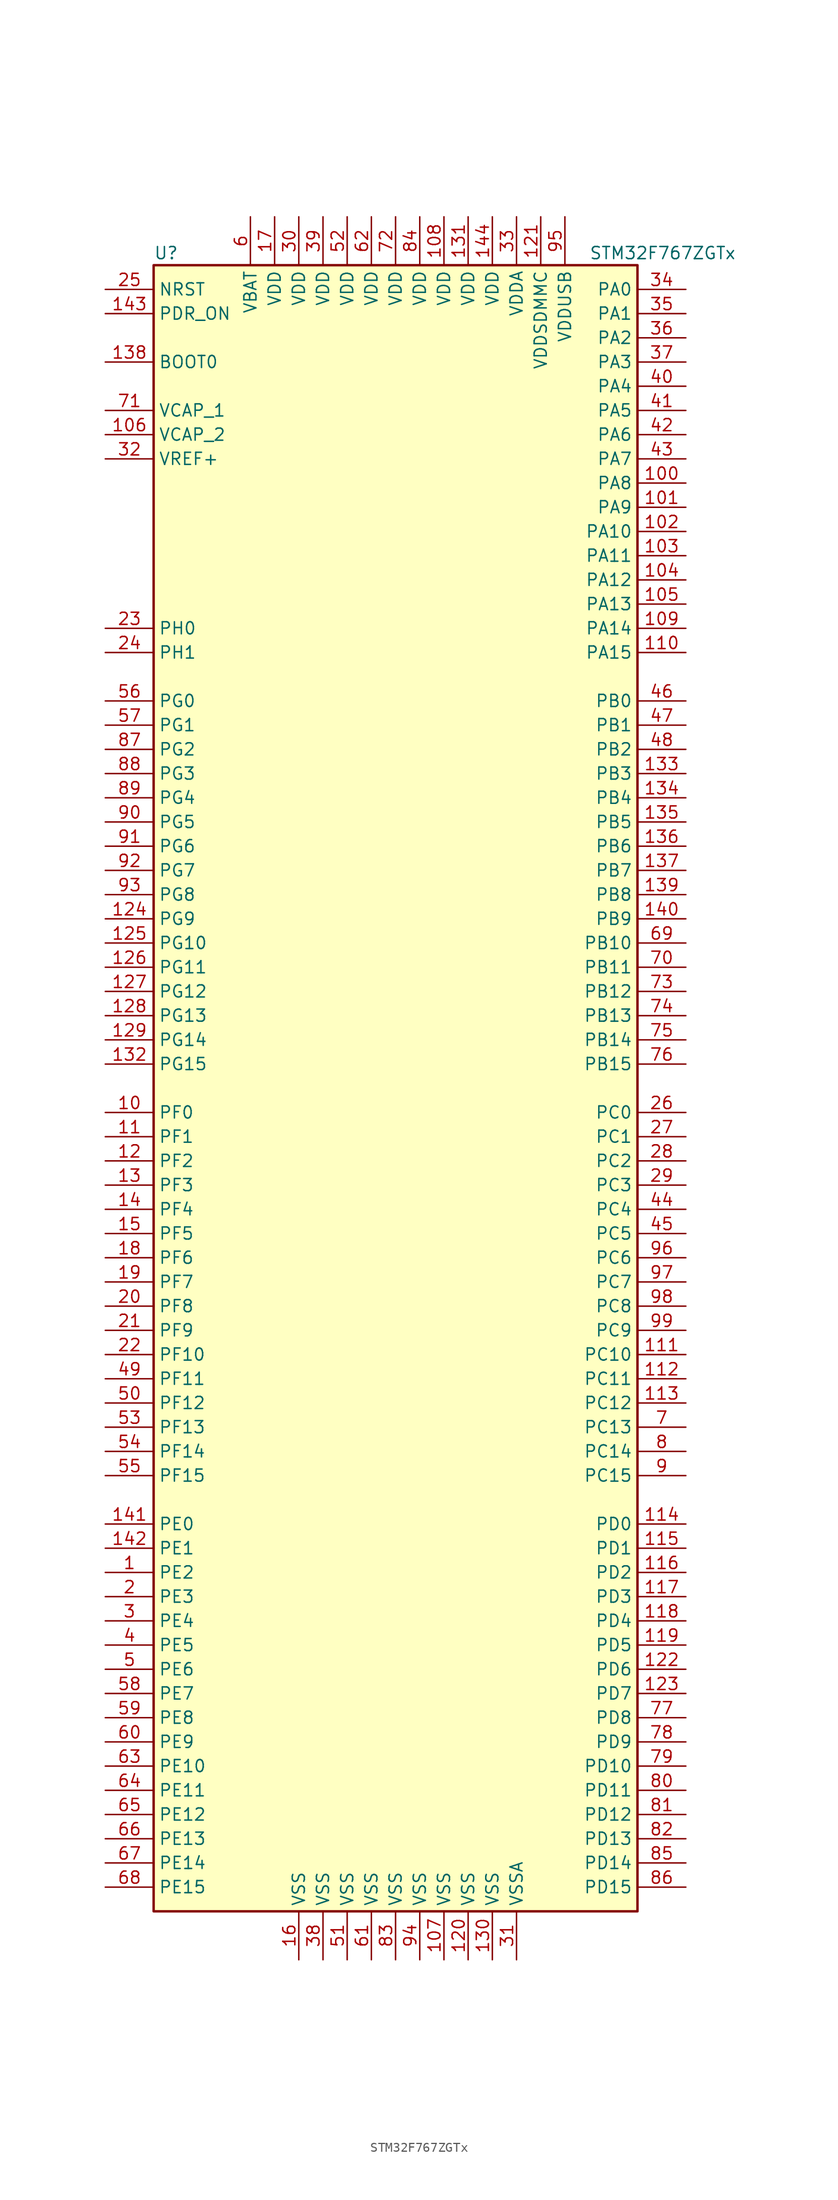
<source format=kicad_sym>
(kicad_symbol_lib
  (version 20201005)
  (generator kicad_symbol_editor)
  (symbol "MCU_ST_STM32F7:STM32F767ZGTx"
    (property "Reference" "U"
      (at -25.4 87.63 0)
      (effects (font (size 1.27 1.27)) (justify left)))
    (property "Value" "STM32F767ZGTx"
      (at 20.32 87.63 0)
      (effects (font (size 1.27 1.27)) (justify left)))
    (symbol "STM32F767ZGTx_0_1"
      (rectangle (start -25.4 -86.36) (end 25.4 86.36) (stroke (width 0.254)) (fill (type background))))
    (symbol "STM32F767ZGTx_1_1"
      (pin input line (at -30.48 76.2 0) (length 5.08) (name "BOOT0" (effects (font (size 1.27 1.27)))) (number "138" (effects (font (size 1.27 1.27)))))
      (pin input line (at -30.48 83.82 0) (length 5.08) (name "NRST" (effects (font (size 1.27 1.27)))) (number "25" (effects (font (size 1.27 1.27)))))
      (pin bidirectional line (at 30.48 83.82 180) (length 5.08) (name "PA0" (effects (font (size 1.27 1.27)))) (number "34" (effects (font (size 1.27 1.27)))))
      (pin bidirectional line (at 30.48 81.28 180) (length 5.08) (name "PA1" (effects (font (size 1.27 1.27)))) (number "35" (effects (font (size 1.27 1.27)))))
      (pin bidirectional line (at 30.48 58.42 180) (length 5.08) (name "PA10" (effects (font (size 1.27 1.27)))) (number "102" (effects (font (size 1.27 1.27)))))
      (pin bidirectional line (at 30.48 55.88 180) (length 5.08) (name "PA11" (effects (font (size 1.27 1.27)))) (number "103" (effects (font (size 1.27 1.27)))))
      (pin bidirectional line (at 30.48 53.34 180) (length 5.08) (name "PA12" (effects (font (size 1.27 1.27)))) (number "104" (effects (font (size 1.27 1.27)))))
      (pin bidirectional line (at 30.48 50.8 180) (length 5.08) (name "PA13" (effects (font (size 1.27 1.27)))) (number "105" (effects (font (size 1.27 1.27)))))
      (pin bidirectional line (at 30.48 48.26 180) (length 5.08) (name "PA14" (effects (font (size 1.27 1.27)))) (number "109" (effects (font (size 1.27 1.27)))))
      (pin bidirectional line (at 30.48 45.72 180) (length 5.08) (name "PA15" (effects (font (size 1.27 1.27)))) (number "110" (effects (font (size 1.27 1.27)))))
      (pin bidirectional line (at 30.48 78.74 180) (length 5.08) (name "PA2" (effects (font (size 1.27 1.27)))) (number "36" (effects (font (size 1.27 1.27)))))
      (pin bidirectional line (at 30.48 76.2 180) (length 5.08) (name "PA3" (effects (font (size 1.27 1.27)))) (number "37" (effects (font (size 1.27 1.27)))))
      (pin bidirectional line (at 30.48 73.66 180) (length 5.08) (name "PA4" (effects (font (size 1.27 1.27)))) (number "40" (effects (font (size 1.27 1.27)))))
      (pin bidirectional line (at 30.48 71.12 180) (length 5.08) (name "PA5" (effects (font (size 1.27 1.27)))) (number "41" (effects (font (size 1.27 1.27)))))
      (pin bidirectional line (at 30.48 68.58 180) (length 5.08) (name "PA6" (effects (font (size 1.27 1.27)))) (number "42" (effects (font (size 1.27 1.27)))))
      (pin bidirectional line (at 30.48 66.04 180) (length 5.08) (name "PA7" (effects (font (size 1.27 1.27)))) (number "43" (effects (font (size 1.27 1.27)))))
      (pin bidirectional line (at 30.48 63.5 180) (length 5.08) (name "PA8" (effects (font (size 1.27 1.27)))) (number "100" (effects (font (size 1.27 1.27)))))
      (pin bidirectional line (at 30.48 60.96 180) (length 5.08) (name "PA9" (effects (font (size 1.27 1.27)))) (number "101" (effects (font (size 1.27 1.27)))))
      (pin bidirectional line (at 30.48 40.64 180) (length 5.08) (name "PB0" (effects (font (size 1.27 1.27)))) (number "46" (effects (font (size 1.27 1.27)))))
      (pin bidirectional line (at 30.48 38.1 180) (length 5.08) (name "PB1" (effects (font (size 1.27 1.27)))) (number "47" (effects (font (size 1.27 1.27)))))
      (pin bidirectional line (at 30.48 15.24 180) (length 5.08) (name "PB10" (effects (font (size 1.27 1.27)))) (number "69" (effects (font (size 1.27 1.27)))))
      (pin bidirectional line (at 30.48 12.7 180) (length 5.08) (name "PB11" (effects (font (size 1.27 1.27)))) (number "70" (effects (font (size 1.27 1.27)))))
      (pin bidirectional line (at 30.48 10.16 180) (length 5.08) (name "PB12" (effects (font (size 1.27 1.27)))) (number "73" (effects (font (size 1.27 1.27)))))
      (pin bidirectional line (at 30.48 7.62 180) (length 5.08) (name "PB13" (effects (font (size 1.27 1.27)))) (number "74" (effects (font (size 1.27 1.27)))))
      (pin bidirectional line (at 30.48 5.08 180) (length 5.08) (name "PB14" (effects (font (size 1.27 1.27)))) (number "75" (effects (font (size 1.27 1.27)))))
      (pin bidirectional line (at 30.48 2.54 180) (length 5.08) (name "PB15" (effects (font (size 1.27 1.27)))) (number "76" (effects (font (size 1.27 1.27)))))
      (pin bidirectional line (at 30.48 35.56 180) (length 5.08) (name "PB2" (effects (font (size 1.27 1.27)))) (number "48" (effects (font (size 1.27 1.27)))))
      (pin bidirectional line (at 30.48 33.02 180) (length 5.08) (name "PB3" (effects (font (size 1.27 1.27)))) (number "133" (effects (font (size 1.27 1.27)))))
      (pin bidirectional line (at 30.48 30.48 180) (length 5.08) (name "PB4" (effects (font (size 1.27 1.27)))) (number "134" (effects (font (size 1.27 1.27)))))
      (pin bidirectional line (at 30.48 27.94 180) (length 5.08) (name "PB5" (effects (font (size 1.27 1.27)))) (number "135" (effects (font (size 1.27 1.27)))))
      (pin bidirectional line (at 30.48 25.4 180) (length 5.08) (name "PB6" (effects (font (size 1.27 1.27)))) (number "136" (effects (font (size 1.27 1.27)))))
      (pin bidirectional line (at 30.48 22.86 180) (length 5.08) (name "PB7" (effects (font (size 1.27 1.27)))) (number "137" (effects (font (size 1.27 1.27)))))
      (pin bidirectional line (at 30.48 20.32 180) (length 5.08) (name "PB8" (effects (font (size 1.27 1.27)))) (number "139" (effects (font (size 1.27 1.27)))))
      (pin bidirectional line (at 30.48 17.78 180) (length 5.08) (name "PB9" (effects (font (size 1.27 1.27)))) (number "140" (effects (font (size 1.27 1.27)))))
      (pin bidirectional line (at 30.48 -2.54 180) (length 5.08) (name "PC0" (effects (font (size 1.27 1.27)))) (number "26" (effects (font (size 1.27 1.27)))))
      (pin bidirectional line (at 30.48 -5.08 180) (length 5.08) (name "PC1" (effects (font (size 1.27 1.27)))) (number "27" (effects (font (size 1.27 1.27)))))
      (pin bidirectional line (at 30.48 -27.94 180) (length 5.08) (name "PC10" (effects (font (size 1.27 1.27)))) (number "111" (effects (font (size 1.27 1.27)))))
      (pin bidirectional line (at 30.48 -30.48 180) (length 5.08) (name "PC11" (effects (font (size 1.27 1.27)))) (number "112" (effects (font (size 1.27 1.27)))))
      (pin bidirectional line (at 30.48 -33.02 180) (length 5.08) (name "PC12" (effects (font (size 1.27 1.27)))) (number "113" (effects (font (size 1.27 1.27)))))
      (pin bidirectional line (at 30.48 -35.56 180) (length 5.08) (name "PC13" (effects (font (size 1.27 1.27)))) (number "7" (effects (font (size 1.27 1.27)))))
      (pin bidirectional line (at 30.48 -38.1 180) (length 5.08) (name "PC14" (effects (font (size 1.27 1.27)))) (number "8" (effects (font (size 1.27 1.27)))))
      (pin bidirectional line (at 30.48 -40.64 180) (length 5.08) (name "PC15" (effects (font (size 1.27 1.27)))) (number "9" (effects (font (size 1.27 1.27)))))
      (pin bidirectional line (at 30.48 -7.62 180) (length 5.08) (name "PC2" (effects (font (size 1.27 1.27)))) (number "28" (effects (font (size 1.27 1.27)))))
      (pin bidirectional line (at 30.48 -10.16 180) (length 5.08) (name "PC3" (effects (font (size 1.27 1.27)))) (number "29" (effects (font (size 1.27 1.27)))))
      (pin bidirectional line (at 30.48 -12.7 180) (length 5.08) (name "PC4" (effects (font (size 1.27 1.27)))) (number "44" (effects (font (size 1.27 1.27)))))
      (pin bidirectional line (at 30.48 -15.24 180) (length 5.08) (name "PC5" (effects (font (size 1.27 1.27)))) (number "45" (effects (font (size 1.27 1.27)))))
      (pin bidirectional line (at 30.48 -17.78 180) (length 5.08) (name "PC6" (effects (font (size 1.27 1.27)))) (number "96" (effects (font (size 1.27 1.27)))))
      (pin bidirectional line (at 30.48 -20.32 180) (length 5.08) (name "PC7" (effects (font (size 1.27 1.27)))) (number "97" (effects (font (size 1.27 1.27)))))
      (pin bidirectional line (at 30.48 -22.86 180) (length 5.08) (name "PC8" (effects (font (size 1.27 1.27)))) (number "98" (effects (font (size 1.27 1.27)))))
      (pin bidirectional line (at 30.48 -25.4 180) (length 5.08) (name "PC9" (effects (font (size 1.27 1.27)))) (number "99" (effects (font (size 1.27 1.27)))))
      (pin bidirectional line (at 30.48 -45.72 180) (length 5.08) (name "PD0" (effects (font (size 1.27 1.27)))) (number "114" (effects (font (size 1.27 1.27)))))
      (pin bidirectional line (at 30.48 -48.26 180) (length 5.08) (name "PD1" (effects (font (size 1.27 1.27)))) (number "115" (effects (font (size 1.27 1.27)))))
      (pin bidirectional line (at 30.48 -71.12 180) (length 5.08) (name "PD10" (effects (font (size 1.27 1.27)))) (number "79" (effects (font (size 1.27 1.27)))))
      (pin bidirectional line (at 30.48 -73.66 180) (length 5.08) (name "PD11" (effects (font (size 1.27 1.27)))) (number "80" (effects (font (size 1.27 1.27)))))
      (pin bidirectional line (at 30.48 -76.2 180) (length 5.08) (name "PD12" (effects (font (size 1.27 1.27)))) (number "81" (effects (font (size 1.27 1.27)))))
      (pin bidirectional line (at 30.48 -78.74 180) (length 5.08) (name "PD13" (effects (font (size 1.27 1.27)))) (number "82" (effects (font (size 1.27 1.27)))))
      (pin bidirectional line (at 30.48 -81.28 180) (length 5.08) (name "PD14" (effects (font (size 1.27 1.27)))) (number "85" (effects (font (size 1.27 1.27)))))
      (pin bidirectional line (at 30.48 -83.82 180) (length 5.08) (name "PD15" (effects (font (size 1.27 1.27)))) (number "86" (effects (font (size 1.27 1.27)))))
      (pin bidirectional line (at 30.48 -50.8 180) (length 5.08) (name "PD2" (effects (font (size 1.27 1.27)))) (number "116" (effects (font (size 1.27 1.27)))))
      (pin bidirectional line (at 30.48 -53.34 180) (length 5.08) (name "PD3" (effects (font (size 1.27 1.27)))) (number "117" (effects (font (size 1.27 1.27)))))
      (pin bidirectional line (at 30.48 -55.88 180) (length 5.08) (name "PD4" (effects (font (size 1.27 1.27)))) (number "118" (effects (font (size 1.27 1.27)))))
      (pin bidirectional line (at 30.48 -58.42 180) (length 5.08) (name "PD5" (effects (font (size 1.27 1.27)))) (number "119" (effects (font (size 1.27 1.27)))))
      (pin bidirectional line (at 30.48 -60.96 180) (length 5.08) (name "PD6" (effects (font (size 1.27 1.27)))) (number "122" (effects (font (size 1.27 1.27)))))
      (pin bidirectional line (at 30.48 -63.5 180) (length 5.08) (name "PD7" (effects (font (size 1.27 1.27)))) (number "123" (effects (font (size 1.27 1.27)))))
      (pin bidirectional line (at 30.48 -66.04 180) (length 5.08) (name "PD8" (effects (font (size 1.27 1.27)))) (number "77" (effects (font (size 1.27 1.27)))))
      (pin bidirectional line (at 30.48 -68.58 180) (length 5.08) (name "PD9" (effects (font (size 1.27 1.27)))) (number "78" (effects (font (size 1.27 1.27)))))
      (pin input line (at -30.48 81.28 0) (length 5.08) (name "PDR_ON" (effects (font (size 1.27 1.27)))) (number "143" (effects (font (size 1.27 1.27)))))
      (pin bidirectional line (at -30.48 -45.72 0) (length 5.08) (name "PE0" (effects (font (size 1.27 1.27)))) (number "141" (effects (font (size 1.27 1.27)))))
      (pin bidirectional line (at -30.48 -48.26 0) (length 5.08) (name "PE1" (effects (font (size 1.27 1.27)))) (number "142" (effects (font (size 1.27 1.27)))))
      (pin bidirectional line (at -30.48 -71.12 0) (length 5.08) (name "PE10" (effects (font (size 1.27 1.27)))) (number "63" (effects (font (size 1.27 1.27)))))
      (pin bidirectional line (at -30.48 -73.66 0) (length 5.08) (name "PE11" (effects (font (size 1.27 1.27)))) (number "64" (effects (font (size 1.27 1.27)))))
      (pin bidirectional line (at -30.48 -76.2 0) (length 5.08) (name "PE12" (effects (font (size 1.27 1.27)))) (number "65" (effects (font (size 1.27 1.27)))))
      (pin bidirectional line (at -30.48 -78.74 0) (length 5.08) (name "PE13" (effects (font (size 1.27 1.27)))) (number "66" (effects (font (size 1.27 1.27)))))
      (pin bidirectional line (at -30.48 -81.28 0) (length 5.08) (name "PE14" (effects (font (size 1.27 1.27)))) (number "67" (effects (font (size 1.27 1.27)))))
      (pin bidirectional line (at -30.48 -83.82 0) (length 5.08) (name "PE15" (effects (font (size 1.27 1.27)))) (number "68" (effects (font (size 1.27 1.27)))))
      (pin bidirectional line (at -30.48 -50.8 0) (length 5.08) (name "PE2" (effects (font (size 1.27 1.27)))) (number "1" (effects (font (size 1.27 1.27)))))
      (pin bidirectional line (at -30.48 -53.34 0) (length 5.08) (name "PE3" (effects (font (size 1.27 1.27)))) (number "2" (effects (font (size 1.27 1.27)))))
      (pin bidirectional line (at -30.48 -55.88 0) (length 5.08) (name "PE4" (effects (font (size 1.27 1.27)))) (number "3" (effects (font (size 1.27 1.27)))))
      (pin bidirectional line (at -30.48 -58.42 0) (length 5.08) (name "PE5" (effects (font (size 1.27 1.27)))) (number "4" (effects (font (size 1.27 1.27)))))
      (pin bidirectional line (at -30.48 -60.96 0) (length 5.08) (name "PE6" (effects (font (size 1.27 1.27)))) (number "5" (effects (font (size 1.27 1.27)))))
      (pin bidirectional line (at -30.48 -63.5 0) (length 5.08) (name "PE7" (effects (font (size 1.27 1.27)))) (number "58" (effects (font (size 1.27 1.27)))))
      (pin bidirectional line (at -30.48 -66.04 0) (length 5.08) (name "PE8" (effects (font (size 1.27 1.27)))) (number "59" (effects (font (size 1.27 1.27)))))
      (pin bidirectional line (at -30.48 -68.58 0) (length 5.08) (name "PE9" (effects (font (size 1.27 1.27)))) (number "60" (effects (font (size 1.27 1.27)))))
      (pin bidirectional line (at -30.48 -2.54 0) (length 5.08) (name "PF0" (effects (font (size 1.27 1.27)))) (number "10" (effects (font (size 1.27 1.27)))))
      (pin bidirectional line (at -30.48 -5.08 0) (length 5.08) (name "PF1" (effects (font (size 1.27 1.27)))) (number "11" (effects (font (size 1.27 1.27)))))
      (pin bidirectional line (at -30.48 -27.94 0) (length 5.08) (name "PF10" (effects (font (size 1.27 1.27)))) (number "22" (effects (font (size 1.27 1.27)))))
      (pin bidirectional line (at -30.48 -30.48 0) (length 5.08) (name "PF11" (effects (font (size 1.27 1.27)))) (number "49" (effects (font (size 1.27 1.27)))))
      (pin bidirectional line (at -30.48 -33.02 0) (length 5.08) (name "PF12" (effects (font (size 1.27 1.27)))) (number "50" (effects (font (size 1.27 1.27)))))
      (pin bidirectional line (at -30.48 -35.56 0) (length 5.08) (name "PF13" (effects (font (size 1.27 1.27)))) (number "53" (effects (font (size 1.27 1.27)))))
      (pin bidirectional line (at -30.48 -38.1 0) (length 5.08) (name "PF14" (effects (font (size 1.27 1.27)))) (number "54" (effects (font (size 1.27 1.27)))))
      (pin bidirectional line (at -30.48 -40.64 0) (length 5.08) (name "PF15" (effects (font (size 1.27 1.27)))) (number "55" (effects (font (size 1.27 1.27)))))
      (pin bidirectional line (at -30.48 -7.62 0) (length 5.08) (name "PF2" (effects (font (size 1.27 1.27)))) (number "12" (effects (font (size 1.27 1.27)))))
      (pin bidirectional line (at -30.48 -10.16 0) (length 5.08) (name "PF3" (effects (font (size 1.27 1.27)))) (number "13" (effects (font (size 1.27 1.27)))))
      (pin bidirectional line (at -30.48 -12.7 0) (length 5.08) (name "PF4" (effects (font (size 1.27 1.27)))) (number "14" (effects (font (size 1.27 1.27)))))
      (pin bidirectional line (at -30.48 -15.24 0) (length 5.08) (name "PF5" (effects (font (size 1.27 1.27)))) (number "15" (effects (font (size 1.27 1.27)))))
      (pin bidirectional line (at -30.48 -17.78 0) (length 5.08) (name "PF6" (effects (font (size 1.27 1.27)))) (number "18" (effects (font (size 1.27 1.27)))))
      (pin bidirectional line (at -30.48 -20.32 0) (length 5.08) (name "PF7" (effects (font (size 1.27 1.27)))) (number "19" (effects (font (size 1.27 1.27)))))
      (pin bidirectional line (at -30.48 -22.86 0) (length 5.08) (name "PF8" (effects (font (size 1.27 1.27)))) (number "20" (effects (font (size 1.27 1.27)))))
      (pin bidirectional line (at -30.48 -25.4 0) (length 5.08) (name "PF9" (effects (font (size 1.27 1.27)))) (number "21" (effects (font (size 1.27 1.27)))))
      (pin bidirectional line (at -30.48 40.64 0) (length 5.08) (name "PG0" (effects (font (size 1.27 1.27)))) (number "56" (effects (font (size 1.27 1.27)))))
      (pin bidirectional line (at -30.48 38.1 0) (length 5.08) (name "PG1" (effects (font (size 1.27 1.27)))) (number "57" (effects (font (size 1.27 1.27)))))
      (pin bidirectional line (at -30.48 15.24 0) (length 5.08) (name "PG10" (effects (font (size 1.27 1.27)))) (number "125" (effects (font (size 1.27 1.27)))))
      (pin bidirectional line (at -30.48 12.7 0) (length 5.08) (name "PG11" (effects (font (size 1.27 1.27)))) (number "126" (effects (font (size 1.27 1.27)))))
      (pin bidirectional line (at -30.48 10.16 0) (length 5.08) (name "PG12" (effects (font (size 1.27 1.27)))) (number "127" (effects (font (size 1.27 1.27)))))
      (pin bidirectional line (at -30.48 7.62 0) (length 5.08) (name "PG13" (effects (font (size 1.27 1.27)))) (number "128" (effects (font (size 1.27 1.27)))))
      (pin bidirectional line (at -30.48 5.08 0) (length 5.08) (name "PG14" (effects (font (size 1.27 1.27)))) (number "129" (effects (font (size 1.27 1.27)))))
      (pin bidirectional line (at -30.48 2.54 0) (length 5.08) (name "PG15" (effects (font (size 1.27 1.27)))) (number "132" (effects (font (size 1.27 1.27)))))
      (pin bidirectional line (at -30.48 35.56 0) (length 5.08) (name "PG2" (effects (font (size 1.27 1.27)))) (number "87" (effects (font (size 1.27 1.27)))))
      (pin bidirectional line (at -30.48 33.02 0) (length 5.08) (name "PG3" (effects (font (size 1.27 1.27)))) (number "88" (effects (font (size 1.27 1.27)))))
      (pin bidirectional line (at -30.48 30.48 0) (length 5.08) (name "PG4" (effects (font (size 1.27 1.27)))) (number "89" (effects (font (size 1.27 1.27)))))
      (pin bidirectional line (at -30.48 27.94 0) (length 5.08) (name "PG5" (effects (font (size 1.27 1.27)))) (number "90" (effects (font (size 1.27 1.27)))))
      (pin bidirectional line (at -30.48 25.4 0) (length 5.08) (name "PG6" (effects (font (size 1.27 1.27)))) (number "91" (effects (font (size 1.27 1.27)))))
      (pin bidirectional line (at -30.48 22.86 0) (length 5.08) (name "PG7" (effects (font (size 1.27 1.27)))) (number "92" (effects (font (size 1.27 1.27)))))
      (pin bidirectional line (at -30.48 20.32 0) (length 5.08) (name "PG8" (effects (font (size 1.27 1.27)))) (number "93" (effects (font (size 1.27 1.27)))))
      (pin bidirectional line (at -30.48 17.78 0) (length 5.08) (name "PG9" (effects (font (size 1.27 1.27)))) (number "124" (effects (font (size 1.27 1.27)))))
      (pin input line (at -30.48 48.26 0) (length 5.08) (name "PH0" (effects (font (size 1.27 1.27)))) (number "23" (effects (font (size 1.27 1.27)))))
      (pin input line (at -30.48 45.72 0) (length 5.08) (name "PH1" (effects (font (size 1.27 1.27)))) (number "24" (effects (font (size 1.27 1.27)))))
      (pin power_in line (at -15.24 91.44 270) (length 5.08) (name "VBAT" (effects (font (size 1.27 1.27)))) (number "6" (effects (font (size 1.27 1.27)))))
      (pin power_in line (at -30.48 71.12 0) (length 5.08) (name "VCAP_1" (effects (font (size 1.27 1.27)))) (number "71" (effects (font (size 1.27 1.27)))))
      (pin power_in line (at -30.48 68.58 0) (length 5.08) (name "VCAP_2" (effects (font (size 1.27 1.27)))) (number "106" (effects (font (size 1.27 1.27)))))
      (pin power_in line (at 5.08 91.44 270) (length 5.08) (name "VDD" (effects (font (size 1.27 1.27)))) (number "108" (effects (font (size 1.27 1.27)))))
      (pin power_in line (at 7.62 91.44 270) (length 5.08) (name "VDD" (effects (font (size 1.27 1.27)))) (number "131" (effects (font (size 1.27 1.27)))))
      (pin power_in line (at 10.16 91.44 270) (length 5.08) (name "VDD" (effects (font (size 1.27 1.27)))) (number "144" (effects (font (size 1.27 1.27)))))
      (pin power_in line (at -12.7 91.44 270) (length 5.08) (name "VDD" (effects (font (size 1.27 1.27)))) (number "17" (effects (font (size 1.27 1.27)))))
      (pin power_in line (at -10.16 91.44 270) (length 5.08) (name "VDD" (effects (font (size 1.27 1.27)))) (number "30" (effects (font (size 1.27 1.27)))))
      (pin power_in line (at -7.62 91.44 270) (length 5.08) (name "VDD" (effects (font (size 1.27 1.27)))) (number "39" (effects (font (size 1.27 1.27)))))
      (pin power_in line (at -5.08 91.44 270) (length 5.08) (name "VDD" (effects (font (size 1.27 1.27)))) (number "52" (effects (font (size 1.27 1.27)))))
      (pin power_in line (at -2.54 91.44 270) (length 5.08) (name "VDD" (effects (font (size 1.27 1.27)))) (number "62" (effects (font (size 1.27 1.27)))))
      (pin power_in line (at 0 91.44 270) (length 5.08) (name "VDD" (effects (font (size 1.27 1.27)))) (number "72" (effects (font (size 1.27 1.27)))))
      (pin power_in line (at 2.54 91.44 270) (length 5.08) (name "VDD" (effects (font (size 1.27 1.27)))) (number "84" (effects (font (size 1.27 1.27)))))
      (pin power_in line (at 12.7 91.44 270) (length 5.08) (name "VDDA" (effects (font (size 1.27 1.27)))) (number "33" (effects (font (size 1.27 1.27)))))
      (pin power_in line (at 15.24 91.44 270) (length 5.08) (name "VDDSDMMC" (effects (font (size 1.27 1.27)))) (number "121" (effects (font (size 1.27 1.27)))))
      (pin power_in line (at 17.78 91.44 270) (length 5.08) (name "VDDUSB" (effects (font (size 1.27 1.27)))) (number "95" (effects (font (size 1.27 1.27)))))
      (pin power_in line (at -30.48 66.04 0) (length 5.08) (name "VREF+" (effects (font (size 1.27 1.27)))) (number "32" (effects (font (size 1.27 1.27)))))
      (pin power_in line (at 5.08 -91.44 90) (length 5.08) (name "VSS" (effects (font (size 1.27 1.27)))) (number "107" (effects (font (size 1.27 1.27)))))
      (pin power_in line (at 7.62 -91.44 90) (length 5.08) (name "VSS" (effects (font (size 1.27 1.27)))) (number "120" (effects (font (size 1.27 1.27)))))
      (pin power_in line (at 10.16 -91.44 90) (length 5.08) (name "VSS" (effects (font (size 1.27 1.27)))) (number "130" (effects (font (size 1.27 1.27)))))
      (pin power_in line (at -10.16 -91.44 90) (length 5.08) (name "VSS" (effects (font (size 1.27 1.27)))) (number "16" (effects (font (size 1.27 1.27)))))
      (pin power_in line (at -7.62 -91.44 90) (length 5.08) (name "VSS" (effects (font (size 1.27 1.27)))) (number "38" (effects (font (size 1.27 1.27)))))
      (pin power_in line (at -5.08 -91.44 90) (length 5.08) (name "VSS" (effects (font (size 1.27 1.27)))) (number "51" (effects (font (size 1.27 1.27)))))
      (pin power_in line (at -2.54 -91.44 90) (length 5.08) (name "VSS" (effects (font (size 1.27 1.27)))) (number "61" (effects (font (size 1.27 1.27)))))
      (pin power_in line (at 0 -91.44 90) (length 5.08) (name "VSS" (effects (font (size 1.27 1.27)))) (number "83" (effects (font (size 1.27 1.27)))))
      (pin power_in line (at 2.54 -91.44 90) (length 5.08) (name "VSS" (effects (font (size 1.27 1.27)))) (number "94" (effects (font (size 1.27 1.27)))))
      (pin power_in line (at 12.7 -91.44 90) (length 5.08) (name "VSSA" (effects (font (size 1.27 1.27)))) (number "31" (effects (font (size 1.27 1.27))))))))
</source>
